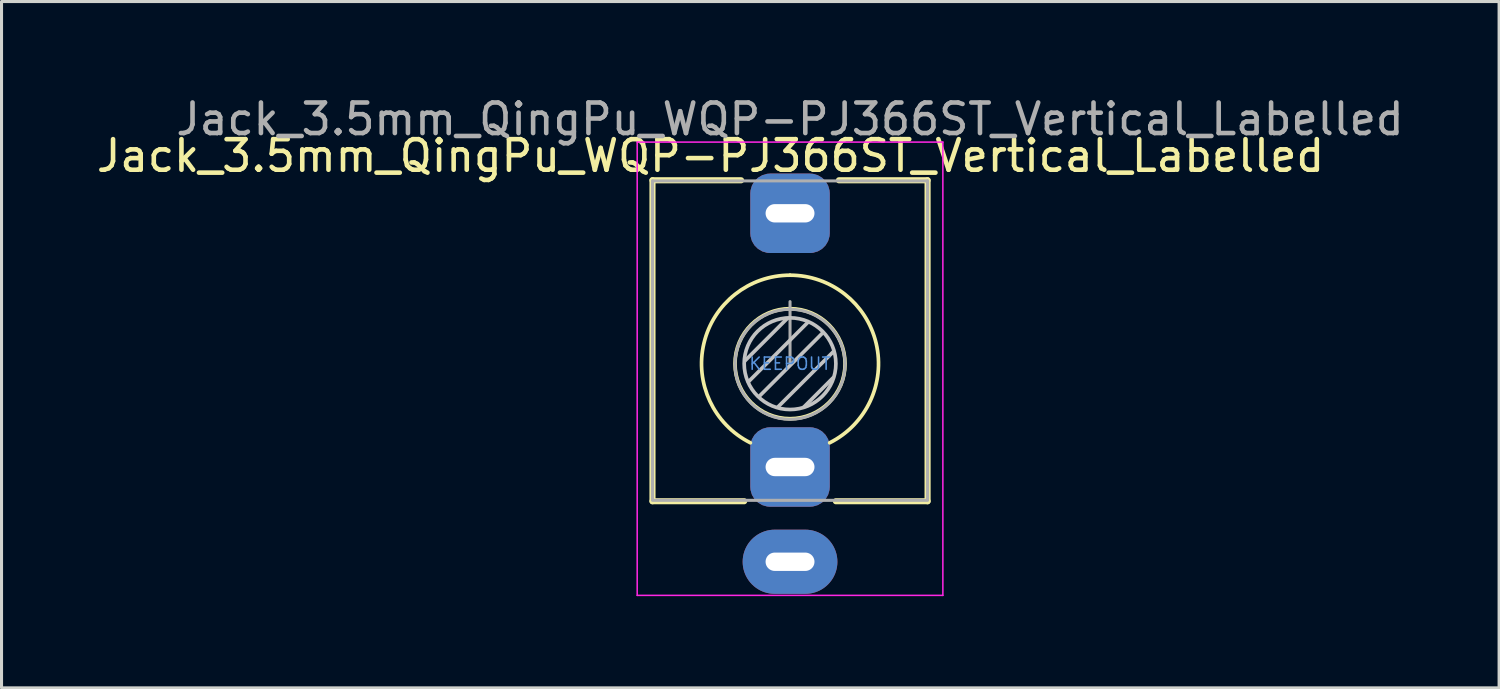
<source format=kicad_pcb>
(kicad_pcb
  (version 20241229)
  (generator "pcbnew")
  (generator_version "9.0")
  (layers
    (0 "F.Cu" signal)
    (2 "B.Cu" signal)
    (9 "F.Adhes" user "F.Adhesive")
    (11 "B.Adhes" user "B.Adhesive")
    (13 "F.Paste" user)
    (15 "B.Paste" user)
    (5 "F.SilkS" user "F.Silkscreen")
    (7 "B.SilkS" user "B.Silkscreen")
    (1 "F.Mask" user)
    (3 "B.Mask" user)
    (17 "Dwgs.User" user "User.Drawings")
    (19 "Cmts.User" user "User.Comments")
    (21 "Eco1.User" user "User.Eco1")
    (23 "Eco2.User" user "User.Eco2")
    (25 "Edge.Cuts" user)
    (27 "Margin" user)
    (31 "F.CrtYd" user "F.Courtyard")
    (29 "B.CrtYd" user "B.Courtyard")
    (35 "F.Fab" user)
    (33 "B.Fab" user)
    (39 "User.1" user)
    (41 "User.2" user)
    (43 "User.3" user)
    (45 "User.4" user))
  (footprint "Jack_3.5mm_QingPu_WQP-PJ366ST_Vertical_Labelled"
    (layer "F.Cu")
    (at 22.796 8.848)
    (property "Reference" "Jack_3.5mm_QingPu_WQP-PJ366ST_Vertical_Labelled" (at -2.6 -6.8 0) (layer "F.SilkS") (effects (font (size 1 1) (thickness 0.15))))
    (attr through_hole)
    (fp_line (start -4.5 -6) (end -1.6 -6) (stroke (width 0.2) (type solid)) (layer "F.SilkS"))
    (fp_line (start -4.5 4.5) (end -4.5 -6) (stroke (width 0.2) (type solid)) (layer "F.SilkS"))
    (fp_line (start -4.5 4.5) (end -1.5 4.5) (stroke (width 0.2) (type solid)) (layer "F.SilkS"))
    (fp_line (start 1.5 4.5) (end 4.5 4.5) (stroke (width 0.2) (type solid)) (layer "F.SilkS"))
    (fp_line (start 1.6 -6) (end 4.5 -6) (stroke (width 0.2) (type solid)) (layer "F.SilkS"))
    (fp_line (start 4.5 4.5) (end 4.5 -6) (stroke (width 0.2) (type solid)) (layer "F.SilkS"))
    (fp_arc (start -1.296263 2.588577) (mid -2.817353 -0.665994) (end 0 -2.895) (stroke (width 0.12) (type solid)) (layer "F.SilkS"))
    (fp_arc (start 0 -2.895) (mid 2.817353 -0.665994) (end 1.296263 2.588577) (stroke (width 0.12) (type solid)) (layer "F.SilkS"))
    (fp_circle (center 0 0) (end -1.8 0) (stroke (width 0.12) (type solid)) (fill no) (layer "F.SilkS"))
    (fp_line (start -0.09 -1.48) (end -1.48 -0.09) (stroke (width 0.12) (type solid)) (layer "Dwgs.User"))
    (fp_line (start 0.58 -1.35) (end -1.36 0.59) (stroke (width 0.12) (type solid)) (layer "Dwgs.User"))
    (fp_line (start 1.07 -1.01) (end -1.01 1.07) (stroke (width 0.12) (type solid)) (layer "Dwgs.User"))
    (fp_line (start 1.41 0.46) (end 0.46 1.41) (stroke (width 0.12) (type solid)) (layer "Dwgs.User"))
    (fp_line (start 1.42 -0.395) (end -0.4 1.42) (stroke (width 0.12) (type solid)) (layer "Dwgs.User"))
    (fp_circle (center 0 0) (end -1.5 0) (stroke (width 0.12) (type solid)) (fill no) (layer "Dwgs.User"))
    (fp_line (start -5 -7.25) (end -5 7.58) (stroke (width 0.05) (type solid)) (layer "F.CrtYd"))
    (fp_line (start -5 -7.25) (end 5 -7.25) (stroke (width 0.05) (type solid)) (layer "F.CrtYd"))
    (fp_line (start -5 7.58) (end 5 7.58) (stroke (width 0.05) (type solid)) (layer "F.CrtYd"))
    (fp_line (start 5 -7.25) (end 5 7.58) (stroke (width 0.05) (type solid)) (layer "F.CrtYd"))
    (fp_line (start -4.5 -5.98) (end -4.5 4.42) (stroke (width 0.1) (type solid)) (layer "F.Fab"))
    (fp_line (start -4.5 -5.98) (end 4.5 -5.98) (stroke (width 0.1) (type solid)) (layer "F.Fab"))
    (fp_line (start -4.5 4.47) (end 4.5 4.47) (stroke (width 0.1) (type solid)) (layer "F.Fab"))
    (fp_line (start 0 0) (end 0 -2.03) (stroke (width 0.1) (type solid)) (layer "F.Fab"))
    (fp_line (start 4.5 -5.98) (end 4.5 4.42) (stroke (width 0.1) (type solid)) (layer "F.Fab"))
    (fp_circle (center 0 0.02) (end -1.8 0.02) (stroke (width 0.1) (type solid)) (fill no) (layer "F.Fab"))
    (fp_text user "KEEPOUT" (at 0 0 180) (layer "Cmts.User") (effects (font (size 0.4 0.4) (thickness 0.051))))
    (fp_text user "${REFERENCE}" (at 0 -8 0) (layer "F.Fab") (effects (font (size 1 1) (thickness 0.15))))
    (pad "R" thru_hole roundrect (at 0 3.38) (size 2.6 2.6) (drill oval 1.6 0.6) (layers "*.Cu" "*.Mask") (roundrect_rratio 0.25))
    (pad "S" thru_hole oval (at 0 6.48) (size 3.1 2.1) (drill oval 1.6 0.6) (layers "*.Cu" "*.Mask"))
    (pad "T" thru_hole roundrect (at 0 -4.92) (size 2.6 2.6) (drill oval 1.6 0.6) (layers "*.Cu" "*.Mask") (roundrect_rratio 0.25)))
  (gr_rect
    (start -3 -3)
    (end 45.993 19.453)
    (stroke (width 0.1) (type default))
    (fill no)
    (layer "Edge.Cuts")))
</source>
